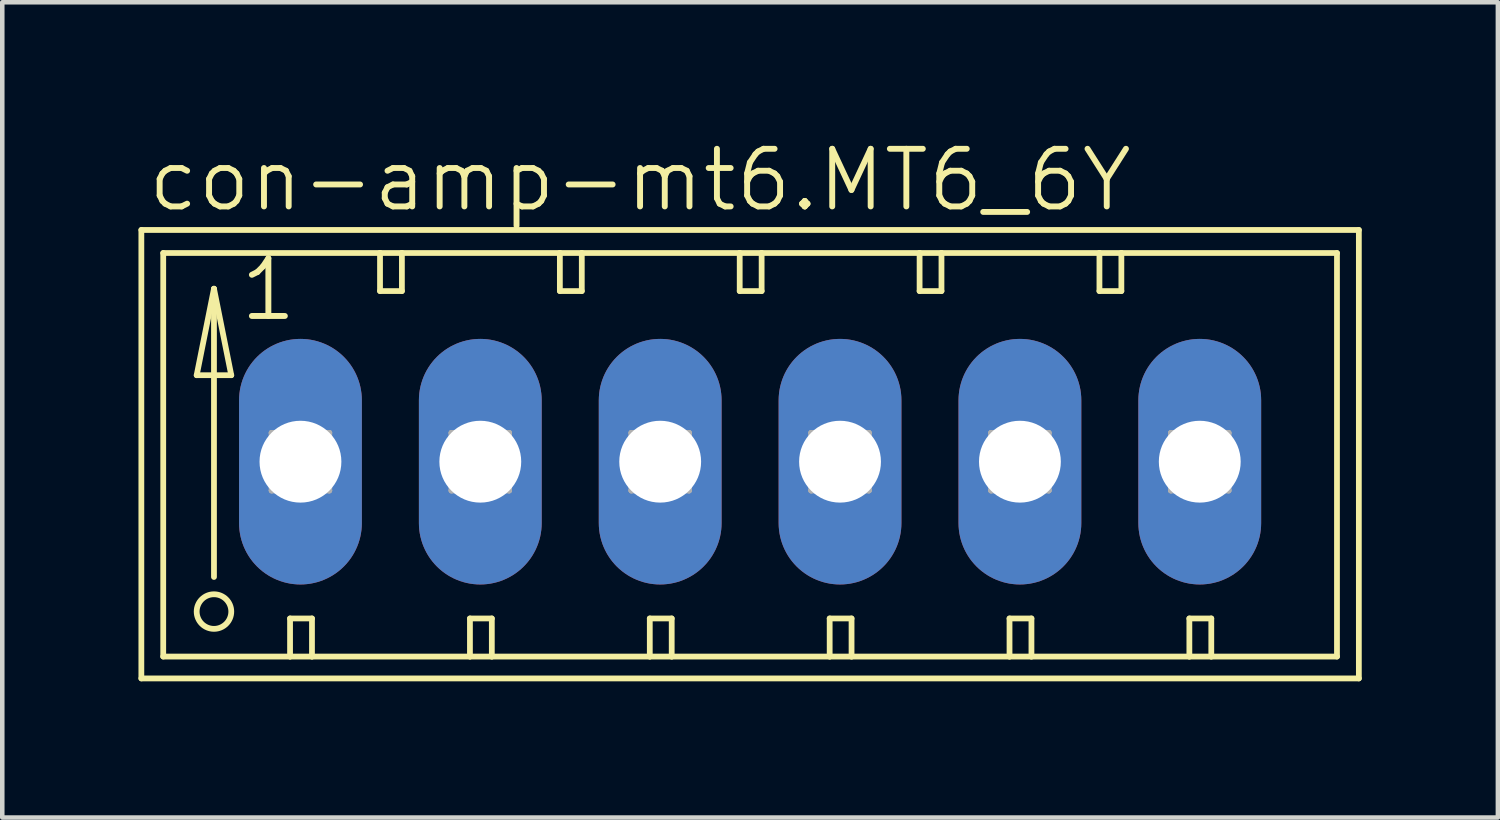
<source format=kicad_pcb>
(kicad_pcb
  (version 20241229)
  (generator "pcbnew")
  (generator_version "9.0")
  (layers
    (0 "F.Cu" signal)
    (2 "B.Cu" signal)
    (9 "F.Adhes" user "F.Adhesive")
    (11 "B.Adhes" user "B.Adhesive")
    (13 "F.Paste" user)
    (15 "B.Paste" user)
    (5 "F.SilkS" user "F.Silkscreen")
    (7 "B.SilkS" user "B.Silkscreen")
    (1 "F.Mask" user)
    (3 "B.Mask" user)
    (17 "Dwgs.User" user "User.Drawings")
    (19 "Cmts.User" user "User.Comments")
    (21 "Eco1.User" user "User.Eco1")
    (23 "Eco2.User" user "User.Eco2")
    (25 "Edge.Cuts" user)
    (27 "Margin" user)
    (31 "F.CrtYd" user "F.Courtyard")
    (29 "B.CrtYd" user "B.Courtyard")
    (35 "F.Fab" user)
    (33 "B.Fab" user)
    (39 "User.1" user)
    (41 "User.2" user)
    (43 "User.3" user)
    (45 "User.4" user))
  (footprint "con-amp-mt6.MT6_6Y"
    (layer "F.Cu")
    (at 1.029 7.121)
    (property "Reference" "con-amp-mt6.MT6_6Y" (at -0.889 -5.461 0) (layer "F.SilkS") (effects (font (size 1.27 1.27) (thickness 0.13)) (justify left bottom)))
    (attr through_hole)
    (fp_line (start -0.965 -5.105) (end -0.965 4.775) (stroke (width 0.127) (type default)) (layer "F.SilkS"))
    (fp_line (start -0.965 4.775) (end 25.857 4.775) (stroke (width 0.127) (type default)) (layer "F.SilkS"))
    (fp_line (start -0.483 -4.597) (end -0.483 4.293) (stroke (width 0.127) (type default)) (layer "F.SilkS"))
    (fp_line (start -0.483 4.293) (end 2.311 4.293) (stroke (width 0.127) (type default)) (layer "F.SilkS"))
    (fp_line (start 0.254 -1.905) (end 1.016 -1.905) (stroke (width 0.127) (type default)) (layer "F.SilkS"))
    (fp_line (start 0.635 -3.81) (end 0.254 -1.905) (stroke (width 0.127) (type default)) (layer "F.SilkS"))
    (fp_line (start 0.635 -3.81) (end 1.016 -1.905) (stroke (width 0.127) (type default)) (layer "F.SilkS"))
    (fp_line (start 0.635 2.54) (end 0.635 -3.81) (stroke (width 0.127) (type default)) (layer "F.SilkS"))
    (fp_line (start 2.311 3.454) (end 2.311 4.293) (stroke (width 0.127) (type default)) (layer "F.SilkS"))
    (fp_line (start 2.311 3.454) (end 2.794 3.454) (stroke (width 0.127) (type default)) (layer "F.SilkS"))
    (fp_line (start 2.311 4.293) (end 2.794 4.293) (stroke (width 0.127) (type default)) (layer "F.SilkS"))
    (fp_line (start 2.794 3.454) (end 2.794 4.293) (stroke (width 0.127) (type default)) (layer "F.SilkS"))
    (fp_line (start 2.794 4.293) (end 6.274 4.293) (stroke (width 0.127) (type default)) (layer "F.SilkS"))
    (fp_line (start 4.293 -4.597) (end -0.483 -4.597) (stroke (width 0.127) (type default)) (layer "F.SilkS"))
    (fp_line (start 4.293 -4.597) (end 4.293 -3.759) (stroke (width 0.127) (type default)) (layer "F.SilkS"))
    (fp_line (start 4.293 -3.759) (end 4.775 -3.759) (stroke (width 0.127) (type default)) (layer "F.SilkS"))
    (fp_line (start 4.775 -4.597) (end 4.293 -4.597) (stroke (width 0.127) (type default)) (layer "F.SilkS"))
    (fp_line (start 4.775 -3.759) (end 4.775 -4.597) (stroke (width 0.127) (type default)) (layer "F.SilkS"))
    (fp_line (start 6.274 3.454) (end 6.274 4.293) (stroke (width 0.127) (type default)) (layer "F.SilkS"))
    (fp_line (start 6.274 3.454) (end 6.756 3.454) (stroke (width 0.127) (type default)) (layer "F.SilkS"))
    (fp_line (start 6.274 4.293) (end 6.756 4.293) (stroke (width 0.127) (type default)) (layer "F.SilkS"))
    (fp_line (start 6.756 3.454) (end 6.756 4.293) (stroke (width 0.127) (type default)) (layer "F.SilkS"))
    (fp_line (start 6.756 4.293) (end 10.236 4.293) (stroke (width 0.127) (type default)) (layer "F.SilkS"))
    (fp_line (start 8.255 -4.597) (end 4.775 -4.597) (stroke (width 0.127) (type default)) (layer "F.SilkS"))
    (fp_line (start 8.255 -3.759) (end 8.255 -4.597) (stroke (width 0.127) (type default)) (layer "F.SilkS"))
    (fp_line (start 8.255 -3.759) (end 8.738 -3.759) (stroke (width 0.127) (type default)) (layer "F.SilkS"))
    (fp_line (start 8.738 -4.597) (end 8.255 -4.597) (stroke (width 0.127) (type default)) (layer "F.SilkS"))
    (fp_line (start 8.738 -3.759) (end 8.738 -4.597) (stroke (width 0.127) (type default)) (layer "F.SilkS"))
    (fp_line (start 10.236 3.454) (end 10.236 4.293) (stroke (width 0.127) (type default)) (layer "F.SilkS"))
    (fp_line (start 10.236 3.454) (end 10.719 3.454) (stroke (width 0.127) (type default)) (layer "F.SilkS"))
    (fp_line (start 10.236 4.293) (end 10.719 4.293) (stroke (width 0.127) (type default)) (layer "F.SilkS"))
    (fp_line (start 10.719 3.454) (end 10.719 4.293) (stroke (width 0.127) (type default)) (layer "F.SilkS"))
    (fp_line (start 10.719 4.293) (end 14.199 4.293) (stroke (width 0.127) (type default)) (layer "F.SilkS"))
    (fp_line (start 12.217 -4.597) (end 8.738 -4.597) (stroke (width 0.127) (type default)) (layer "F.SilkS"))
    (fp_line (start 12.217 -3.759) (end 12.217 -4.597) (stroke (width 0.127) (type default)) (layer "F.SilkS"))
    (fp_line (start 12.217 -3.759) (end 12.7 -3.759) (stroke (width 0.127) (type default)) (layer "F.SilkS"))
    (fp_line (start 12.7 -4.597) (end 12.217 -4.597) (stroke (width 0.127) (type default)) (layer "F.SilkS"))
    (fp_line (start 12.7 -3.759) (end 12.7 -4.597) (stroke (width 0.127) (type default)) (layer "F.SilkS"))
    (fp_line (start 14.199 3.454) (end 14.199 4.293) (stroke (width 0.127) (type default)) (layer "F.SilkS"))
    (fp_line (start 14.199 3.454) (end 14.681 3.454) (stroke (width 0.127) (type default)) (layer "F.SilkS"))
    (fp_line (start 14.199 4.293) (end 14.681 4.293) (stroke (width 0.127) (type default)) (layer "F.SilkS"))
    (fp_line (start 14.681 3.454) (end 14.681 4.293) (stroke (width 0.127) (type default)) (layer "F.SilkS"))
    (fp_line (start 14.681 4.293) (end 18.161 4.293) (stroke (width 0.127) (type default)) (layer "F.SilkS"))
    (fp_line (start 16.18 -4.597) (end 12.7 -4.597) (stroke (width 0.127) (type default)) (layer "F.SilkS"))
    (fp_line (start 16.18 -3.759) (end 16.18 -4.597) (stroke (width 0.127) (type default)) (layer "F.SilkS"))
    (fp_line (start 16.18 -3.759) (end 16.662 -3.759) (stroke (width 0.127) (type default)) (layer "F.SilkS"))
    (fp_line (start 16.662 -4.597) (end 16.18 -4.597) (stroke (width 0.127) (type default)) (layer "F.SilkS"))
    (fp_line (start 16.662 -3.759) (end 16.662 -4.597) (stroke (width 0.127) (type default)) (layer "F.SilkS"))
    (fp_line (start 18.161 3.454) (end 18.161 4.293) (stroke (width 0.127) (type default)) (layer "F.SilkS"))
    (fp_line (start 18.161 3.454) (end 18.644 3.454) (stroke (width 0.127) (type default)) (layer "F.SilkS"))
    (fp_line (start 18.161 4.293) (end 18.644 4.293) (stroke (width 0.127) (type default)) (layer "F.SilkS"))
    (fp_line (start 18.644 3.454) (end 18.644 4.293) (stroke (width 0.127) (type default)) (layer "F.SilkS"))
    (fp_line (start 18.644 4.293) (end 22.123 4.293) (stroke (width 0.127) (type default)) (layer "F.SilkS"))
    (fp_line (start 20.142 -4.597) (end 16.662 -4.597) (stroke (width 0.127) (type default)) (layer "F.SilkS"))
    (fp_line (start 20.142 -3.759) (end 20.142 -4.597) (stroke (width 0.127) (type default)) (layer "F.SilkS"))
    (fp_line (start 20.142 -3.759) (end 20.625 -3.759) (stroke (width 0.127) (type default)) (layer "F.SilkS"))
    (fp_line (start 20.625 -4.597) (end 20.142 -4.597) (stroke (width 0.127) (type default)) (layer "F.SilkS"))
    (fp_line (start 20.625 -3.759) (end 20.625 -4.597) (stroke (width 0.127) (type default)) (layer "F.SilkS"))
    (fp_line (start 22.123 3.454) (end 22.123 4.293) (stroke (width 0.127) (type default)) (layer "F.SilkS"))
    (fp_line (start 22.123 3.454) (end 22.606 3.454) (stroke (width 0.127) (type default)) (layer "F.SilkS"))
    (fp_line (start 22.123 4.293) (end 22.606 4.293) (stroke (width 0.127) (type default)) (layer "F.SilkS"))
    (fp_line (start 22.606 3.454) (end 22.606 4.293) (stroke (width 0.127) (type default)) (layer "F.SilkS"))
    (fp_line (start 22.606 4.293) (end 25.375 4.293) (stroke (width 0.127) (type default)) (layer "F.SilkS"))
    (fp_line (start 25.375 -4.597) (end 20.625 -4.597) (stroke (width 0.127) (type default)) (layer "F.SilkS"))
    (fp_line (start 25.375 4.293) (end 25.375 -4.597) (stroke (width 0.127) (type default)) (layer "F.SilkS"))
    (fp_line (start 25.857 -5.105) (end -0.965 -5.105) (stroke (width 0.127) (type default)) (layer "F.SilkS"))
    (fp_line (start 25.857 4.775) (end 25.857 -5.105) (stroke (width 0.127) (type default)) (layer "F.SilkS"))
    (fp_circle (center 0.635 3.302) (end 1.016 3.302) (stroke (width 0.127) (type default)) (fill no) (layer "F.SilkS"))
    (fp_line (start 1.905 -0.635) (end 1.905 0.635) (stroke (width 0.127) (type default)) (layer "F.Fab"))
    (fp_line (start 1.905 -0.635) (end 3.175 0.635) (stroke (width 0.127) (type default)) (layer "F.Fab"))
    (fp_line (start 1.905 0.635) (end 3.175 0.635) (stroke (width 0.127) (type default)) (layer "F.Fab"))
    (fp_line (start 3.175 -0.635) (end 1.905 -0.635) (stroke (width 0.127) (type default)) (layer "F.Fab"))
    (fp_line (start 3.175 -0.635) (end 1.905 0.635) (stroke (width 0.127) (type default)) (layer "F.Fab"))
    (fp_line (start 3.175 0.635) (end 3.175 -0.635) (stroke (width 0.127) (type default)) (layer "F.Fab"))
    (fp_line (start 5.867 -0.635) (end 5.867 0.635) (stroke (width 0.127) (type default)) (layer "F.Fab"))
    (fp_line (start 5.867 -0.635) (end 7.137 0.635) (stroke (width 0.127) (type default)) (layer "F.Fab"))
    (fp_line (start 5.867 0.635) (end 7.137 0.635) (stroke (width 0.127) (type default)) (layer "F.Fab"))
    (fp_line (start 7.137 -0.635) (end 5.867 -0.635) (stroke (width 0.127) (type default)) (layer "F.Fab"))
    (fp_line (start 7.137 -0.635) (end 5.867 0.635) (stroke (width 0.127) (type default)) (layer "F.Fab"))
    (fp_line (start 7.137 0.635) (end 7.137 -0.635) (stroke (width 0.127) (type default)) (layer "F.Fab"))
    (fp_line (start 9.83 -0.635) (end 9.83 0.635) (stroke (width 0.127) (type default)) (layer "F.Fab"))
    (fp_line (start 9.83 -0.635) (end 11.1 0.635) (stroke (width 0.127) (type default)) (layer "F.Fab"))
    (fp_line (start 9.83 0.635) (end 11.1 0.635) (stroke (width 0.127) (type default)) (layer "F.Fab"))
    (fp_line (start 11.1 -0.635) (end 9.83 -0.635) (stroke (width 0.127) (type default)) (layer "F.Fab"))
    (fp_line (start 11.1 -0.635) (end 9.83 0.635) (stroke (width 0.127) (type default)) (layer "F.Fab"))
    (fp_line (start 11.1 0.635) (end 11.1 -0.635) (stroke (width 0.127) (type default)) (layer "F.Fab"))
    (fp_line (start 13.792 -0.635) (end 13.792 0.635) (stroke (width 0.127) (type default)) (layer "F.Fab"))
    (fp_line (start 13.792 -0.635) (end 15.062 0.635) (stroke (width 0.127) (type default)) (layer "F.Fab"))
    (fp_line (start 13.792 0.635) (end 15.062 0.635) (stroke (width 0.127) (type default)) (layer "F.Fab"))
    (fp_line (start 15.062 -0.635) (end 13.792 -0.635) (stroke (width 0.127) (type default)) (layer "F.Fab"))
    (fp_line (start 15.062 -0.635) (end 13.792 0.635) (stroke (width 0.127) (type default)) (layer "F.Fab"))
    (fp_line (start 15.062 0.635) (end 15.062 -0.635) (stroke (width 0.127) (type default)) (layer "F.Fab"))
    (fp_line (start 17.755 -0.635) (end 17.755 0.635) (stroke (width 0.127) (type default)) (layer "F.Fab"))
    (fp_line (start 17.755 -0.635) (end 19.025 0.635) (stroke (width 0.127) (type default)) (layer "F.Fab"))
    (fp_line (start 17.755 0.635) (end 19.025 0.635) (stroke (width 0.127) (type default)) (layer "F.Fab"))
    (fp_line (start 19.025 -0.635) (end 17.755 -0.635) (stroke (width 0.127) (type default)) (layer "F.Fab"))
    (fp_line (start 19.025 -0.635) (end 17.755 0.635) (stroke (width 0.127) (type default)) (layer "F.Fab"))
    (fp_line (start 19.025 0.635) (end 19.025 -0.635) (stroke (width 0.127) (type default)) (layer "F.Fab"))
    (fp_line (start 21.717 -0.635) (end 21.717 0.635) (stroke (width 0.127) (type default)) (layer "F.Fab"))
    (fp_line (start 21.717 -0.635) (end 22.987 0.635) (stroke (width 0.127) (type default)) (layer "F.Fab"))
    (fp_line (start 21.717 0.635) (end 22.987 0.635) (stroke (width 0.127) (type default)) (layer "F.Fab"))
    (fp_line (start 22.987 -0.635) (end 21.717 -0.635) (stroke (width 0.127) (type default)) (layer "F.Fab"))
    (fp_line (start 22.987 -0.635) (end 21.717 0.635) (stroke (width 0.127) (type default)) (layer "F.Fab"))
    (fp_line (start 22.987 0.635) (end 22.987 -0.635) (stroke (width 0.127) (type default)) (layer "F.Fab"))
    (fp_text user "1" (at 1.143 -3.048 0) (layer "F.SilkS") (effects (font (size 1.27 1.27) (thickness 0.13)) (justify left bottom)))
    (pad "1" thru_hole oval (at 2.54 0 90) (size 5.41 2.705) (drill 1.803) (layers "*.Cu" "*.Mask"))
    (pad "2" thru_hole oval (at 6.502 0 90) (size 5.41 2.705) (drill 1.803) (layers "*.Cu" "*.Mask"))
    (pad "3" thru_hole oval (at 10.465 0 90) (size 5.41 2.705) (drill 1.803) (layers "*.Cu" "*.Mask"))
    (pad "4" thru_hole oval (at 14.427 0 90) (size 5.41 2.705) (drill 1.803) (layers "*.Cu" "*.Mask"))
    (pad "5" thru_hole oval (at 18.39 0 90) (size 5.41 2.705) (drill 1.803) (layers "*.Cu" "*.Mask"))
    (pad "6" thru_hole oval (at 22.352 0 90) (size 5.41 2.705) (drill 1.803) (layers "*.Cu" "*.Mask")))
  (gr_rect
    (start -3 -3)
    (end 29.949 14.96)
    (stroke (width 0.1) (type default))
    (fill no)
    (layer "Edge.Cuts")))
</source>
